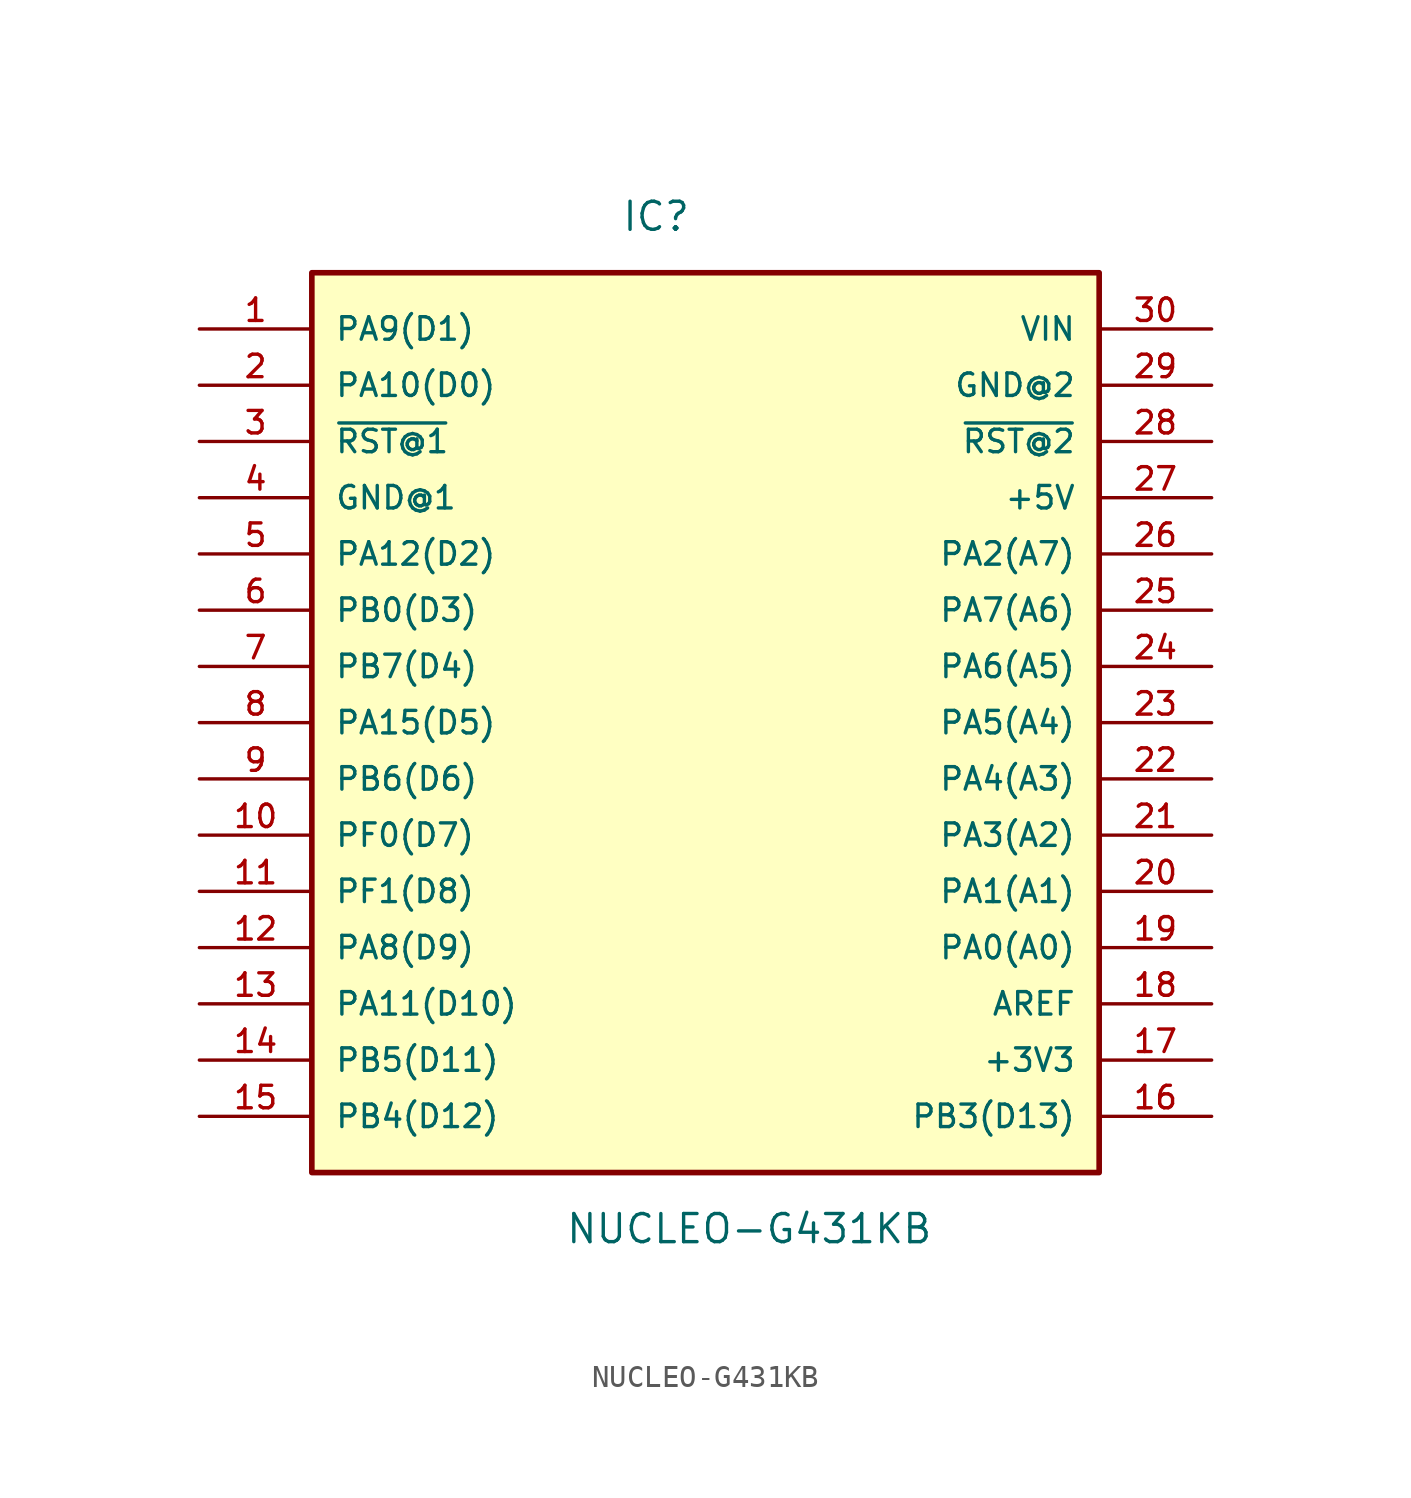
<source format=kicad_sym>
(kicad_symbol_lib
  (version 20211014)
  (generator kicad_symbol_editor)
  (symbol "NUCLEO-G431KB"
    (pin_names
      (offset 1.016))
    (property "Reference" "IC"
      (at -3.81 22.86 0)
      (effects (font (size 1.27 1.27)) (justify left)))
    (property "Value" "NUCLEO-G431KB"
      (at -6.35 -22.86 0)
      (effects (font (size 1.27 1.27)) (justify left)))
    (symbol "NUCLEO-G431KB_0_0"
      (rectangle (start -17.78 -20.32) (end 17.78 20.32) (stroke (width 0.254)) (fill (type background)))
      (pin bidirectional line (at -22.86 17.78 0) (length 5.08) (name "PA9(D1)" (effects (font (size 1.016 1.016)))) (number "1" (effects (font (size 1.016 1.016)))))
      (pin bidirectional line (at -22.86 15.24 0) (length 5.08) (name "PA10(D0)" (effects (font (size 1.016 1.016)))) (number "2" (effects (font (size 1.016 1.016)))))
      (pin bidirectional line (at -22.86 12.7 0) (length 5.08) (name "~{RST@1}" (effects (font (size 1.016 1.016)))) (number "3" (effects (font (size 1.016 1.016)))))
      (pin passive line (at -22.86 10.16 0) (length 5.08) (name "GND@1" (effects (font (size 1.016 1.016)))) (number "4" (effects (font (size 1.016 1.016)))))
      (pin bidirectional line (at -22.86 7.62 0) (length 5.08) (name "PA12(D2)" (effects (font (size 1.016 1.016)))) (number "5" (effects (font (size 1.016 1.016)))))
      (pin bidirectional line (at -22.86 5.08 0) (length 5.08) (name "PB0(D3)" (effects (font (size 1.016 1.016)))) (number "6" (effects (font (size 1.016 1.016)))))
      (pin bidirectional line (at -22.86 2.54 0) (length 5.08) (name "PB7(D4)" (effects (font (size 1.016 1.016)))) (number "7" (effects (font (size 1.016 1.016)))))
      (pin bidirectional line (at -22.86 0.0 0) (length 5.08) (name "PA15(D5)" (effects (font (size 1.016 1.016)))) (number "8" (effects (font (size 1.016 1.016)))))
      (pin bidirectional line (at -22.86 -2.54 0) (length 5.08) (name "PB6(D6)" (effects (font (size 1.016 1.016)))) (number "9" (effects (font (size 1.016 1.016)))))
      (pin bidirectional line (at -22.86 -5.08 0) (length 5.08) (name "PF0(D7)" (effects (font (size 1.016 1.016)))) (number "10" (effects (font (size 1.016 1.016)))))
      (pin bidirectional line (at -22.86 -7.62 0) (length 5.08) (name "PF1(D8)" (effects (font (size 1.016 1.016)))) (number "11" (effects (font (size 1.016 1.016)))))
      (pin bidirectional line (at -22.86 -10.16 0) (length 5.08) (name "PA8(D9)" (effects (font (size 1.016 1.016)))) (number "12" (effects (font (size 1.016 1.016)))))
      (pin bidirectional line (at -22.86 -12.7 0) (length 5.08) (name "PA11(D10)" (effects (font (size 1.016 1.016)))) (number "13" (effects (font (size 1.016 1.016)))))
      (pin bidirectional line (at -22.86 -15.24 0) (length 5.08) (name "PB5(D11)" (effects (font (size 1.016 1.016)))) (number "14" (effects (font (size 1.016 1.016)))))
      (pin bidirectional line (at -22.86 -17.78 0) (length 5.08) (name "PB4(D12)" (effects (font (size 1.016 1.016)))) (number "15" (effects (font (size 1.016 1.016)))))
      (pin passive line (at 22.86 17.78 180.0) (length 5.08) (name "VIN" (effects (font (size 1.016 1.016)))) (number "30" (effects (font (size 1.016 1.016)))))
      (pin passive line (at 22.86 15.24 180.0) (length 5.08) (name "GND@2" (effects (font (size 1.016 1.016)))) (number "29" (effects (font (size 1.016 1.016)))))
      (pin bidirectional line (at 22.86 12.7 180.0) (length 5.08) (name "~{RST@2}" (effects (font (size 1.016 1.016)))) (number "28" (effects (font (size 1.016 1.016)))))
      (pin passive line (at 22.86 10.16 180.0) (length 5.08) (name "+5V" (effects (font (size 1.016 1.016)))) (number "27" (effects (font (size 1.016 1.016)))))
      (pin bidirectional line (at 22.86 7.62 180.0) (length 5.08) (name "PA2(A7)" (effects (font (size 1.016 1.016)))) (number "26" (effects (font (size 1.016 1.016)))))
      (pin bidirectional line (at 22.86 5.08 180.0) (length 5.08) (name "PA7(A6)" (effects (font (size 1.016 1.016)))) (number "25" (effects (font (size 1.016 1.016)))))
      (pin bidirectional line (at 22.86 2.54 180.0) (length 5.08) (name "PA6(A5)" (effects (font (size 1.016 1.016)))) (number "24" (effects (font (size 1.016 1.016)))))
      (pin bidirectional line (at 22.86 0.0 180.0) (length 5.08) (name "PA5(A4)" (effects (font (size 1.016 1.016)))) (number "23" (effects (font (size 1.016 1.016)))))
      (pin bidirectional line (at 22.86 -2.54 180.0) (length 5.08) (name "PA4(A3)" (effects (font (size 1.016 1.016)))) (number "22" (effects (font (size 1.016 1.016)))))
      (pin bidirectional line (at 22.86 -5.08 180.0) (length 5.08) (name "PA3(A2)" (effects (font (size 1.016 1.016)))) (number "21" (effects (font (size 1.016 1.016)))))
      (pin bidirectional line (at 22.86 -7.62 180.0) (length 5.08) (name "PA1(A1)" (effects (font (size 1.016 1.016)))) (number "20" (effects (font (size 1.016 1.016)))))
      (pin bidirectional line (at 22.86 -10.16 180.0) (length 5.08) (name "PA0(A0)" (effects (font (size 1.016 1.016)))) (number "19" (effects (font (size 1.016 1.016)))))
      (pin passive line (at 22.86 -12.7 180.0) (length 5.08) (name "AREF" (effects (font (size 1.016 1.016)))) (number "18" (effects (font (size 1.016 1.016)))))
      (pin passive line (at 22.86 -15.24 180.0) (length 5.08) (name "+3V3" (effects (font (size 1.016 1.016)))) (number "17" (effects (font (size 1.016 1.016)))))
      (pin bidirectional line (at 22.86 -17.78 180.0) (length 5.08) (name "PB3(D13)" (effects (font (size 1.016 1.016)))) (number "16" (effects (font (size 1.016 1.016))))))))
</source>
